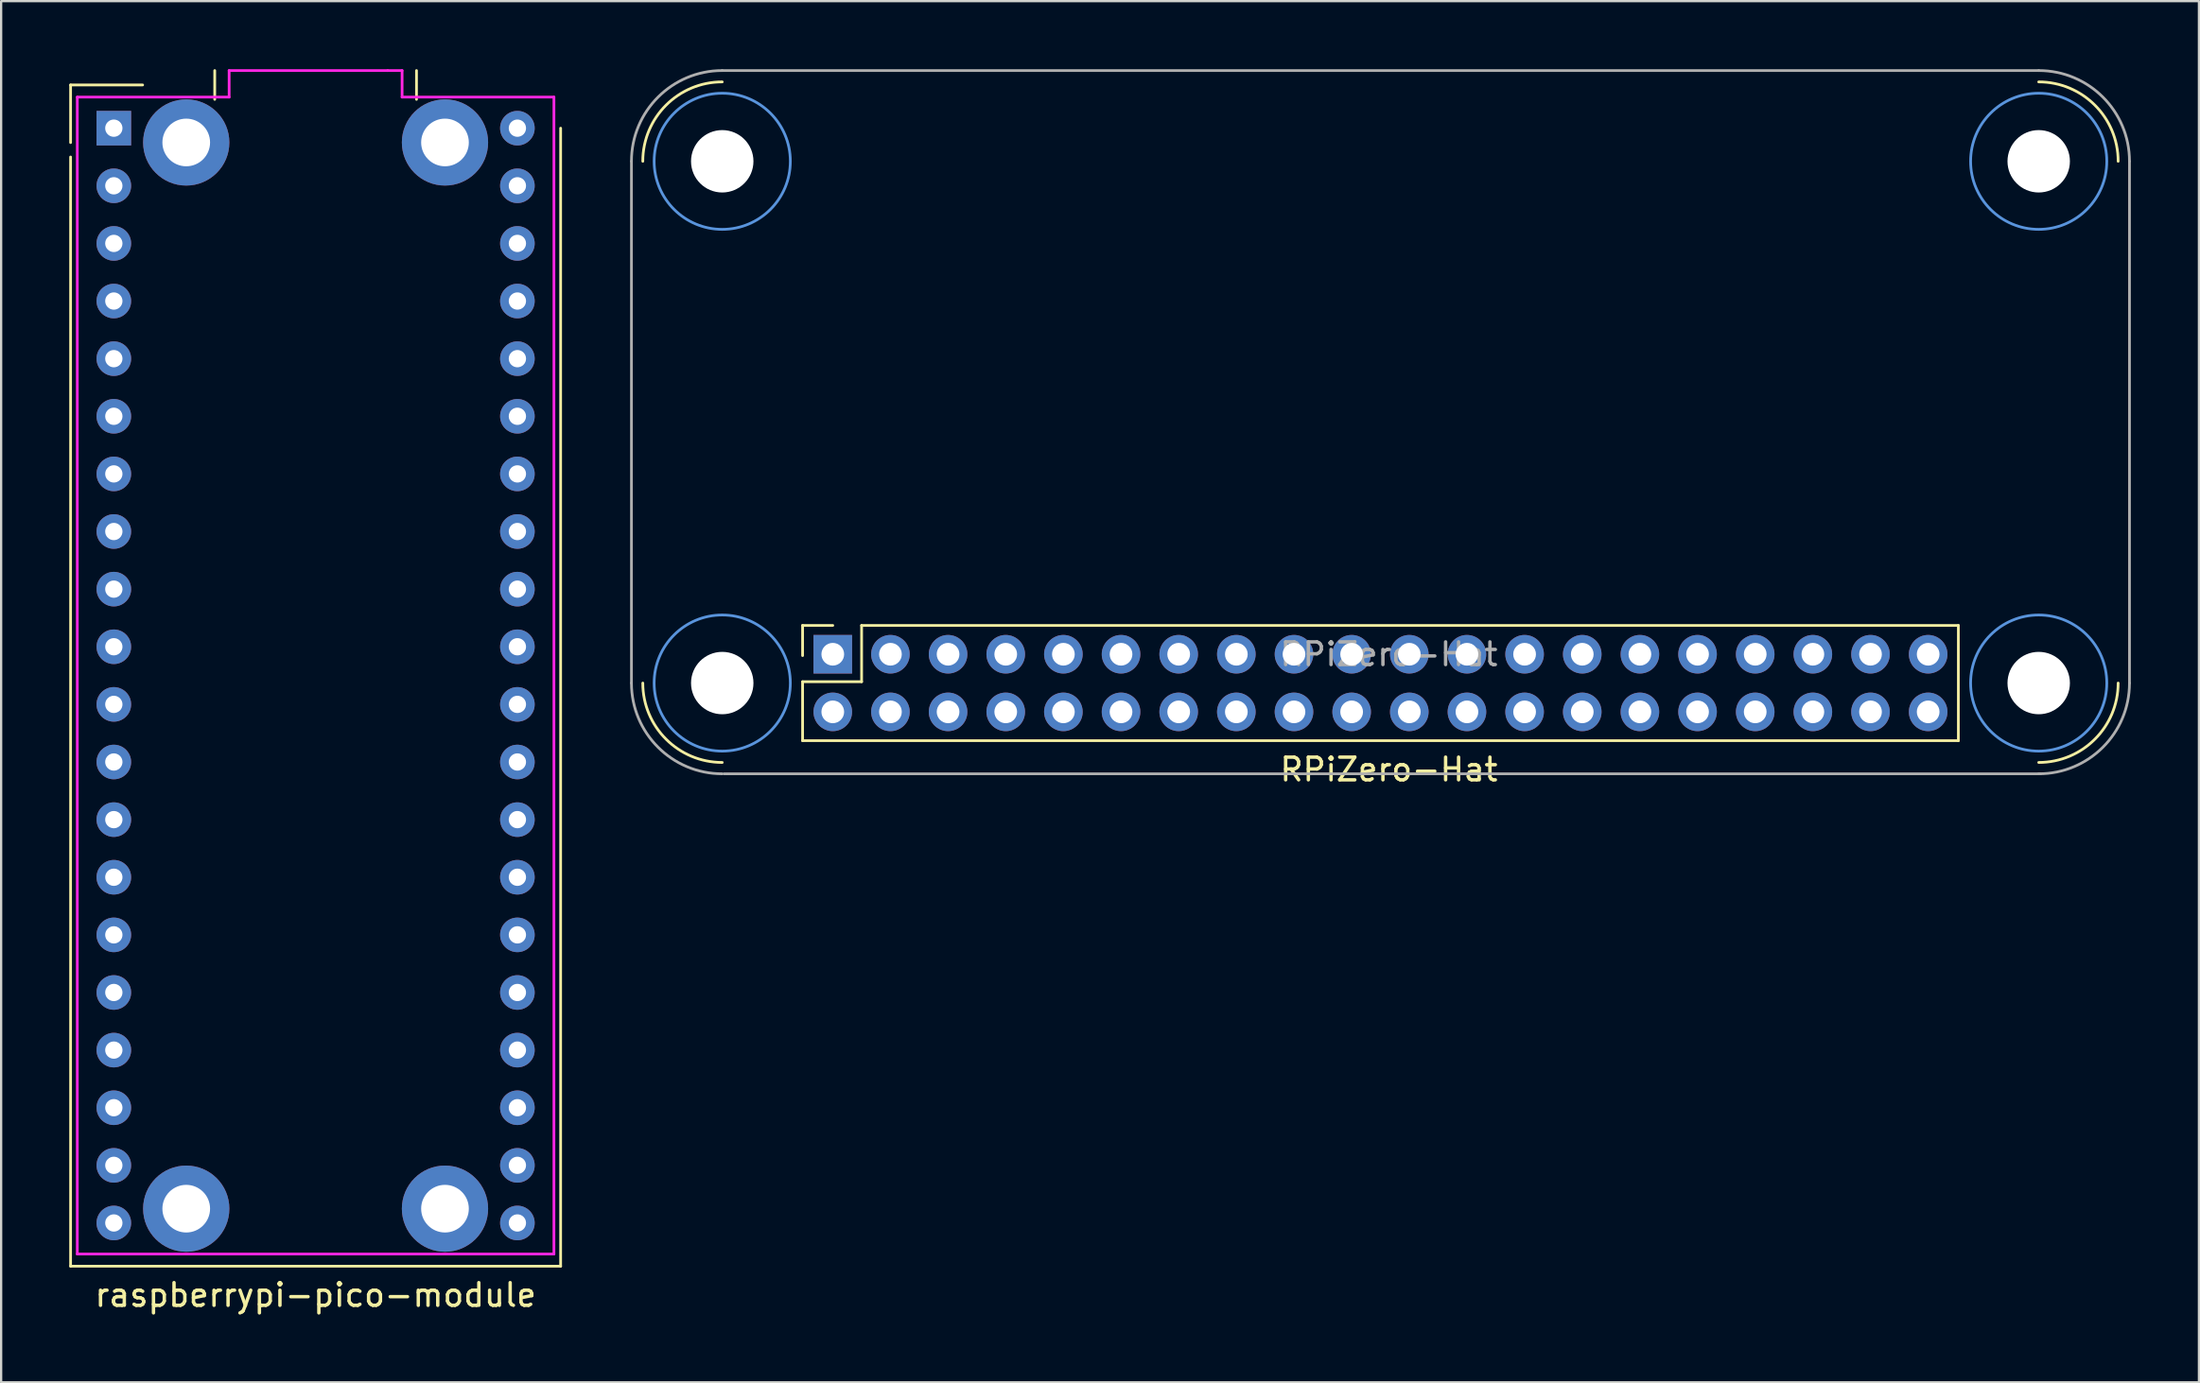
<source format=kicad_pcb>
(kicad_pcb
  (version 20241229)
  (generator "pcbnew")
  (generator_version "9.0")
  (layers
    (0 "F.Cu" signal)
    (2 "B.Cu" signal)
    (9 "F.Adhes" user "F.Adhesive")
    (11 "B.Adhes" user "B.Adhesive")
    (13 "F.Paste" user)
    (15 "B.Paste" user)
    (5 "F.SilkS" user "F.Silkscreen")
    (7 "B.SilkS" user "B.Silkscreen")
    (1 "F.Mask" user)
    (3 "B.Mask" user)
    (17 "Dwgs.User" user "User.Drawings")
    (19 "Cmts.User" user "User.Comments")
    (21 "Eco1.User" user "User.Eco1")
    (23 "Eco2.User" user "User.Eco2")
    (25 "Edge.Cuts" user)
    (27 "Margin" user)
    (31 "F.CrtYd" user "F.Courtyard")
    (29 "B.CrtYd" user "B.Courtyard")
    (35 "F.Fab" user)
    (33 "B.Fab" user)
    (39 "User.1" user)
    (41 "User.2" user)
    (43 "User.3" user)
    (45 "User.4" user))
  (footprint "raspberrypi-pico-module"
    (layer "F.Cu")
    (at 10.855 26.73)
    (property "Reference" "raspberrypi-pico-module" (at 0 27.305 0) (layer "F.SilkS") (effects (font (size 1 1) (thickness 0.15))))
    (attr through_hole)
    (fp_line (start -10.795 -26.035) (end -10.795 -23.495) (stroke (width 0.12) (type solid)) (layer "F.SilkS"))
    (fp_line (start -10.795 26.035) (end -10.795 -22.86) (stroke (width 0.12) (type solid)) (layer "F.SilkS"))
    (fp_line (start -10.795 26.035) (end 10.795 26.035) (stroke (width 0.12) (type solid)) (layer "F.SilkS"))
    (fp_line (start -7.62 -26.035) (end -10.795 -26.035) (stroke (width 0.12) (type solid)) (layer "F.SilkS"))
    (fp_line (start -4.445 -25.4) (end -4.445 -26.67) (stroke (width 0.12) (type solid)) (layer "F.SilkS"))
    (fp_line (start 4.445 -25.4) (end 4.445 -26.67) (stroke (width 0.12) (type solid)) (layer "F.SilkS"))
    (fp_line (start 10.795 26.035) (end 10.795 -24.13) (stroke (width 0.12) (type solid)) (layer "F.SilkS"))
    (fp_line (start -10.5 -25.5) (end -10.5 25.5) (stroke (width 0.12) (type solid)) (layer "F.CrtYd"))
    (fp_line (start -10.5 -25.5) (end -3.81 -25.5) (stroke (width 0.12) (type solid)) (layer "F.CrtYd"))
    (fp_line (start -10.5 25.5) (end 10.5 25.5) (stroke (width 0.12) (type solid)) (layer "F.CrtYd"))
    (fp_line (start -3.81 -26.67) (end 3.175 -26.67) (stroke (width 0.12) (type solid)) (layer "F.CrtYd"))
    (fp_line (start -3.81 -25.5) (end -3.81 -26.67) (stroke (width 0.12) (type solid)) (layer "F.CrtYd"))
    (fp_line (start 3.175 -26.67) (end 3.81 -26.67) (stroke (width 0.12) (type solid)) (layer "F.CrtYd"))
    (fp_line (start 3.81 -26.67) (end 3.81 -25.5) (stroke (width 0.12) (type solid)) (layer "F.CrtYd"))
    (fp_line (start 10.5 -25.5) (end 3.81 -25.5) (stroke (width 0.12) (type solid)) (layer "F.CrtYd"))
    (fp_line (start 10.5 -25.5) (end 10.5 25.5) (stroke (width 0.12) (type solid)) (layer "F.CrtYd"))
    (pad "" thru_hole circle (at -5.7 -23.5) (size 3.8 3.8) (drill 2.1) (layers "*.Cu" "*.Mask"))
    (pad "" thru_hole circle (at -5.7 23.5) (size 3.8 3.8) (drill 2.1) (layers "*.Cu" "*.Mask"))
    (pad "" thru_hole circle (at 5.7 -23.5) (size 3.8 3.8) (drill 2.1) (layers "*.Cu" "*.Mask"))
    (pad "" thru_hole circle (at 5.7 23.5) (size 3.8 3.8) (drill 2.1) (layers "*.Cu" "*.Mask"))
    (pad "1" thru_hole rect (at -8.89 -24.13) (size 1.524 1.524) (drill 0.762) (layers "*.Cu" "*.Mask"))
    (pad "2" thru_hole circle (at -8.89 -21.59) (size 1.524 1.524) (drill 0.762) (layers "*.Cu" "*.Mask"))
    (pad "3" thru_hole circle (at -8.89 -19.05) (size 1.524 1.524) (drill 0.762) (layers "*.Cu" "*.Mask"))
    (pad "4" thru_hole circle (at -8.89 -16.51) (size 1.524 1.524) (drill 0.762) (layers "*.Cu" "*.Mask"))
    (pad "5" thru_hole circle (at -8.89 -13.97) (size 1.524 1.524) (drill 0.762) (layers "*.Cu" "*.Mask"))
    (pad "6" thru_hole circle (at -8.89 -11.43) (size 1.524 1.524) (drill 0.762) (layers "*.Cu" "*.Mask"))
    (pad "7" thru_hole circle (at -8.89 -8.89) (size 1.524 1.524) (drill 0.762) (layers "*.Cu" "*.Mask"))
    (pad "8" thru_hole circle (at -8.89 -6.35) (size 1.524 1.524) (drill 0.762) (layers "*.Cu" "*.Mask"))
    (pad "9" thru_hole circle (at -8.89 -3.81) (size 1.524 1.524) (drill 0.762) (layers "*.Cu" "*.Mask"))
    (pad "10" thru_hole circle (at -8.89 -1.27) (size 1.524 1.524) (drill 0.762) (layers "*.Cu" "*.Mask"))
    (pad "11" thru_hole circle (at -8.89 1.27) (size 1.524 1.524) (drill 0.762) (layers "*.Cu" "*.Mask"))
    (pad "12" thru_hole circle (at -8.89 3.81) (size 1.524 1.524) (drill 0.762) (layers "*.Cu" "*.Mask"))
    (pad "13" thru_hole circle (at -8.89 6.35) (size 1.524 1.524) (drill 0.762) (layers "*.Cu" "*.Mask"))
    (pad "14" thru_hole circle (at -8.89 8.89) (size 1.524 1.524) (drill 0.762) (layers "*.Cu" "*.Mask"))
    (pad "15" thru_hole circle (at -8.89 11.43) (size 1.524 1.524) (drill 0.762) (layers "*.Cu" "*.Mask"))
    (pad "16" thru_hole circle (at -8.89 13.97) (size 1.524 1.524) (drill 0.762) (layers "*.Cu" "*.Mask"))
    (pad "17" thru_hole circle (at -8.89 16.51) (size 1.524 1.524) (drill 0.762) (layers "*.Cu" "*.Mask"))
    (pad "18" thru_hole circle (at -8.89 19.05) (size 1.524 1.524) (drill 0.762) (layers "*.Cu" "*.Mask"))
    (pad "19" thru_hole circle (at -8.89 21.59) (size 1.524 1.524) (drill 0.762) (layers "*.Cu" "*.Mask"))
    (pad "20" thru_hole circle (at -8.89 24.13) (size 1.524 1.524) (drill 0.762) (layers "*.Cu" "*.Mask"))
    (pad "21" thru_hole circle (at 8.89 24.13) (size 1.524 1.524) (drill 0.762) (layers "*.Cu" "*.Mask"))
    (pad "22" thru_hole circle (at 8.89 21.59) (size 1.524 1.524) (drill 0.762) (layers "*.Cu" "*.Mask"))
    (pad "23" thru_hole circle (at 8.89 19.05) (size 1.524 1.524) (drill 0.762) (layers "*.Cu" "*.Mask"))
    (pad "24" thru_hole circle (at 8.89 16.51) (size 1.524 1.524) (drill 0.762) (layers "*.Cu" "*.Mask"))
    (pad "25" thru_hole circle (at 8.89 13.97) (size 1.524 1.524) (drill 0.762) (layers "*.Cu" "*.Mask"))
    (pad "26" thru_hole circle (at 8.89 11.43) (size 1.524 1.524) (drill 0.762) (layers "*.Cu" "*.Mask"))
    (pad "27" thru_hole circle (at 8.89 8.89) (size 1.524 1.524) (drill 0.762) (layers "*.Cu" "*.Mask"))
    (pad "28" thru_hole circle (at 8.89 6.35) (size 1.524 1.524) (drill 0.762) (layers "*.Cu" "*.Mask"))
    (pad "29" thru_hole circle (at 8.89 3.81) (size 1.524 1.524) (drill 0.762) (layers "*.Cu" "*.Mask"))
    (pad "30" thru_hole circle (at 8.89 1.27) (size 1.524 1.524) (drill 0.762) (layers "*.Cu" "*.Mask"))
    (pad "31" thru_hole circle (at 8.89 -1.27) (size 1.524 1.524) (drill 0.762) (layers "*.Cu" "*.Mask"))
    (pad "32" thru_hole circle (at 8.89 -3.81) (size 1.524 1.524) (drill 0.762) (layers "*.Cu" "*.Mask"))
    (pad "33" thru_hole circle (at 8.89 -6.35) (size 1.524 1.524) (drill 0.762) (layers "*.Cu" "*.Mask"))
    (pad "34" thru_hole circle (at 8.89 -8.89) (size 1.524 1.524) (drill 0.762) (layers "*.Cu" "*.Mask"))
    (pad "35" thru_hole circle (at 8.89 -11.43) (size 1.524 1.524) (drill 0.762) (layers "*.Cu" "*.Mask"))
    (pad "36" thru_hole circle (at 8.89 -13.97) (size 1.524 1.524) (drill 0.762) (layers "*.Cu" "*.Mask"))
    (pad "37" thru_hole circle (at 8.89 -16.51) (size 1.524 1.524) (drill 0.762) (layers "*.Cu" "*.Mask"))
    (pad "38" thru_hole circle (at 8.89 -19.05) (size 1.524 1.524) (drill 0.762) (layers "*.Cu" "*.Mask"))
    (pad "39" thru_hole circle (at 8.89 -21.59) (size 1.524 1.524) (drill 0.762) (layers "*.Cu" "*.Mask"))
    (pad "40" thru_hole circle (at 8.89 -24.13) (size 1.524 1.524) (drill 0.762) (layers "*.Cu" "*.Mask")))
  (footprint "RPiZero-Hat"
    (layer "F.Cu")
    (at 33.64 28.33)
    (property "Reference" "RPiZero-Hat" (at 24.5 2.54 180) (layer "F.SilkS") (effects (font (size 1 1) (thickness 0.15))))
    (attr through_hole)
    (fp_line (start -1.33 -3.81) (end 0 -3.81) (stroke (width 0.12) (type solid)) (layer "F.SilkS"))
    (fp_line (start -1.33 -2.48) (end -1.33 -3.81) (stroke (width 0.12) (type solid)) (layer "F.SilkS"))
    (fp_line (start -1.33 -1.33) (end 1.27 -1.33) (stroke (width 0.12) (type solid)) (layer "F.SilkS"))
    (fp_line (start -1.33 1.27) (end -1.33 -1.33) (stroke (width 0.12) (type solid)) (layer "F.SilkS"))
    (fp_line (start -1.33 1.27) (end 49.59 1.27) (stroke (width 0.12) (type solid)) (layer "F.SilkS"))
    (fp_line (start 1.27 -3.81) (end 49.59 -3.81) (stroke (width 0.12) (type solid)) (layer "F.SilkS"))
    (fp_line (start 1.27 -1.33) (end 1.27 -3.81) (stroke (width 0.12) (type solid)) (layer "F.SilkS"))
    (fp_line (start 49.59 1.27) (end 49.59 -3.81) (stroke (width 0.12) (type solid)) (layer "F.SilkS"))
    (fp_arc (start -8.37 -24.27) (mid -7.344874 -26.744874) (end -4.87 -27.77) (stroke (width 0.12) (type solid)) (layer "F.SilkS"))
    (fp_arc (start -4.87 2.23) (mid -7.344874 1.204874) (end -8.37 -1.27) (stroke (width 0.12) (type solid)) (layer "F.SilkS"))
    (fp_arc (start 53.13 -27.77) (mid 55.604874 -26.744874) (end 56.63 -24.27) (stroke (width 0.12) (type solid)) (layer "F.SilkS"))
    (fp_arc (start 56.63 -1.27) (mid 55.604874 1.204874) (end 53.13 2.23) (stroke (width 0.12) (type solid)) (layer "F.SilkS"))
    (fp_circle (center -4.87 -24.27) (end -1.87 -24.27) (stroke (width 0.12) (type solid)) (fill no) (layer "Cmts.User"))
    (fp_circle (center -4.87 -1.27) (end -1.87 -1.27) (stroke (width 0.12) (type solid)) (fill no) (layer "Cmts.User"))
    (fp_circle (center 53.13 -24.27) (end 56.13 -24.27) (stroke (width 0.12) (type solid)) (fill no) (layer "Cmts.User"))
    (fp_circle (center 53.13 -1.27) (end 56.13 -1.27) (stroke (width 0.12) (type solid)) (fill no) (layer "Cmts.User"))
    (fp_line (start -8.87 -1.27) (end -8.87 -24.27) (stroke (width 0.12) (type solid)) (layer "F.Fab"))
    (fp_line (start -4.87 -28.27) (end 53.13 -28.27) (stroke (width 0.12) (type solid)) (layer "F.Fab"))
    (fp_line (start 53.21 2.73) (end -4.79 2.73) (stroke (width 0.12) (type solid)) (layer "F.Fab"))
    (fp_line (start 57.13 -24.27) (end 57.13 -1.27) (stroke (width 0.12) (type solid)) (layer "F.Fab"))
    (fp_arc (start -8.87 -24.27) (mid -7.698427 -27.098427) (end -4.87 -28.27) (stroke (width 0.12) (type solid)) (layer "F.Fab"))
    (fp_arc (start -4.87 2.73) (mid -7.698427 1.558427) (end -8.87 -1.27) (stroke (width 0.12) (type solid)) (layer "F.Fab"))
    (fp_arc (start 53.13 -28.27) (mid 55.958427 -27.098427) (end 57.13 -24.27) (stroke (width 0.12) (type solid)) (layer "F.Fab"))
    (fp_arc (start 57.13 -1.27) (mid 55.958427 1.558427) (end 53.13 2.73) (stroke (width 0.12) (type solid)) (layer "F.Fab"))
    (fp_text user "${REFERENCE}" (at 24.5 -2.54 180) (layer "F.Fab") (effects (font (size 1 1) (thickness 0.15))))
    (pad "" np_thru_hole circle (at -4.87 -24.27) (size 2.75 2.75) (drill 2.75) (layers "*.Cu" "*.Mask"))
    (pad "" np_thru_hole circle (at -4.87 -1.27) (size 2.75 2.75) (drill 2.75) (layers "*.Cu" "*.Mask"))
    (pad "" np_thru_hole circle (at 53.13 -24.27) (size 2.75 2.75) (drill 2.75) (layers "*.Cu" "*.Mask"))
    (pad "" np_thru_hole circle (at 53.13 -1.27) (size 2.75 2.75) (drill 2.75) (layers "*.Cu" "*.Mask"))
    (pad "1" thru_hole rect (at 0 -2.54 90) (size 1.7 1.7) (drill 1) (layers "*.Cu" "*.Mask"))
    (pad "2" thru_hole oval (at 0 0 90) (size 1.7 1.7) (drill 1) (layers "*.Cu" "*.Mask"))
    (pad "3" thru_hole oval (at 2.54 -2.54 90) (size 1.7 1.7) (drill 1) (layers "*.Cu" "*.Mask"))
    (pad "4" thru_hole oval (at 2.54 0 90) (size 1.7 1.7) (drill 1) (layers "*.Cu" "*.Mask"))
    (pad "5" thru_hole oval (at 5.08 -2.54 90) (size 1.7 1.7) (drill 1) (layers "*.Cu" "*.Mask"))
    (pad "6" thru_hole oval (at 5.08 0 90) (size 1.7 1.7) (drill 1) (layers "*.Cu" "*.Mask"))
    (pad "7" thru_hole oval (at 7.62 -2.54 90) (size 1.7 1.7) (drill 1) (layers "*.Cu" "*.Mask"))
    (pad "8" thru_hole oval (at 7.62 0 90) (size 1.7 1.7) (drill 1) (layers "*.Cu" "*.Mask"))
    (pad "9" thru_hole oval (at 10.16 -2.54 90) (size 1.7 1.7) (drill 1) (layers "*.Cu" "*.Mask"))
    (pad "10" thru_hole oval (at 10.16 0 90) (size 1.7 1.7) (drill 1) (layers "*.Cu" "*.Mask"))
    (pad "11" thru_hole oval (at 12.7 -2.54 90) (size 1.7 1.7) (drill 1) (layers "*.Cu" "*.Mask"))
    (pad "12" thru_hole oval (at 12.7 0 90) (size 1.7 1.7) (drill 1) (layers "*.Cu" "*.Mask"))
    (pad "13" thru_hole oval (at 15.24 -2.54 90) (size 1.7 1.7) (drill 1) (layers "*.Cu" "*.Mask"))
    (pad "14" thru_hole oval (at 15.24 0 90) (size 1.7 1.7) (drill 1) (layers "*.Cu" "*.Mask"))
    (pad "15" thru_hole oval (at 17.78 -2.54 90) (size 1.7 1.7) (drill 1) (layers "*.Cu" "*.Mask"))
    (pad "16" thru_hole oval (at 17.78 0 90) (size 1.7 1.7) (drill 1) (layers "*.Cu" "*.Mask"))
    (pad "17" thru_hole oval (at 20.32 -2.54 90) (size 1.7 1.7) (drill 1) (layers "*.Cu" "*.Mask"))
    (pad "18" thru_hole oval (at 20.32 0 90) (size 1.7 1.7) (drill 1) (layers "*.Cu" "*.Mask"))
    (pad "19" thru_hole oval (at 22.86 -2.54 90) (size 1.7 1.7) (drill 1) (layers "*.Cu" "*.Mask"))
    (pad "20" thru_hole oval (at 22.86 0 90) (size 1.7 1.7) (drill 1) (layers "*.Cu" "*.Mask"))
    (pad "21" thru_hole oval (at 25.4 -2.54 90) (size 1.7 1.7) (drill 1) (layers "*.Cu" "*.Mask"))
    (pad "22" thru_hole oval (at 25.4 0 90) (size 1.7 1.7) (drill 1) (layers "*.Cu" "*.Mask"))
    (pad "23" thru_hole oval (at 27.94 -2.54 90) (size 1.7 1.7) (drill 1) (layers "*.Cu" "*.Mask"))
    (pad "24" thru_hole oval (at 27.94 0 90) (size 1.7 1.7) (drill 1) (layers "*.Cu" "*.Mask"))
    (pad "25" thru_hole oval (at 30.48 -2.54 90) (size 1.7 1.7) (drill 1) (layers "*.Cu" "*.Mask"))
    (pad "26" thru_hole oval (at 30.48 0 90) (size 1.7 1.7) (drill 1) (layers "*.Cu" "*.Mask"))
    (pad "27" thru_hole oval (at 33.02 -2.54 90) (size 1.7 1.7) (drill 1) (layers "*.Cu" "*.Mask"))
    (pad "28" thru_hole oval (at 33.02 0 90) (size 1.7 1.7) (drill 1) (layers "*.Cu" "*.Mask"))
    (pad "29" thru_hole oval (at 35.56 -2.54 90) (size 1.7 1.7) (drill 1) (layers "*.Cu" "*.Mask"))
    (pad "30" thru_hole oval (at 35.56 0 90) (size 1.7 1.7) (drill 1) (layers "*.Cu" "*.Mask"))
    (pad "31" thru_hole oval (at 38.1 -2.54 90) (size 1.7 1.7) (drill 1) (layers "*.Cu" "*.Mask"))
    (pad "32" thru_hole oval (at 38.1 0 90) (size 1.7 1.7) (drill 1) (layers "*.Cu" "*.Mask"))
    (pad "33" thru_hole oval (at 40.64 -2.54 90) (size 1.7 1.7) (drill 1) (layers "*.Cu" "*.Mask"))
    (pad "34" thru_hole oval (at 40.64 0 90) (size 1.7 1.7) (drill 1) (layers "*.Cu" "*.Mask"))
    (pad "35" thru_hole oval (at 43.18 -2.54 90) (size 1.7 1.7) (drill 1) (layers "*.Cu" "*.Mask"))
    (pad "36" thru_hole oval (at 43.18 0 90) (size 1.7 1.7) (drill 1) (layers "*.Cu" "*.Mask"))
    (pad "37" thru_hole oval (at 45.72 -2.54 90) (size 1.7 1.7) (drill 1) (layers "*.Cu" "*.Mask"))
    (pad "38" thru_hole oval (at 45.72 0 90) (size 1.7 1.7) (drill 1) (layers "*.Cu" "*.Mask"))
    (pad "39" thru_hole oval (at 48.26 -2.54 90) (size 1.7 1.7) (drill 1) (layers "*.Cu" "*.Mask"))
    (pad "40" thru_hole oval (at 48.26 0 90) (size 1.7 1.7) (drill 1) (layers "*.Cu" "*.Mask")))
  (gr_rect
    (start -3 -3)
    (end 93.83 57.883)
    (stroke (width 0.1) (type default))
    (fill no)
    (layer "Edge.Cuts")))
</source>
